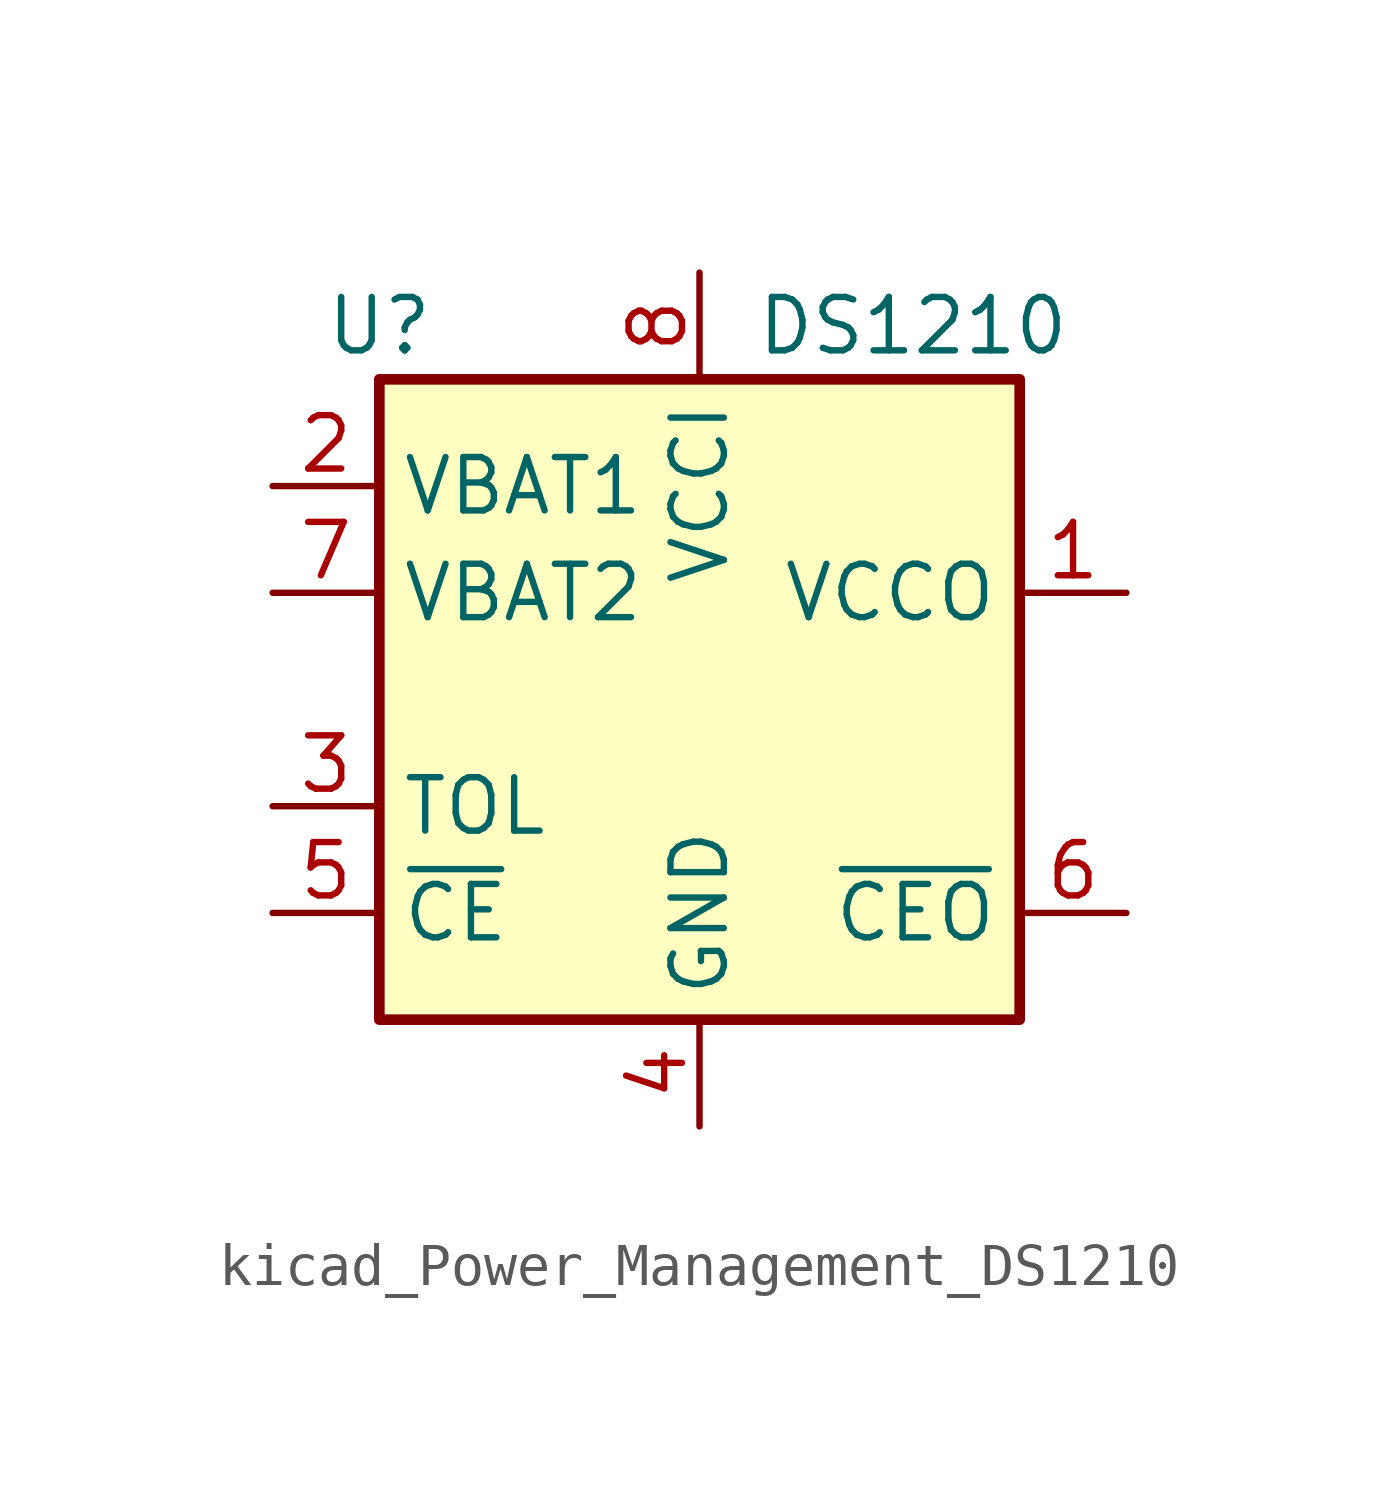
<source format=kicad_sym>
(kicad_symbol_lib
  (version 20220914)
  (generator kicad_symbol_editor)
  (symbol "kicad_Power_Management_DS1210"
    (property "Reference" "U"
      (at -7.62 8.89 0)
      (effects (font (size 1.27 1.27))))
    (property "Value" "DS1210"
      (at 5.08 8.89 0)
      (effects (font (size 1.27 1.27))))
    (symbol "kicad_Power_Management_DS1210_0_1"
      (rectangle (start -7.62 7.62) (end 7.62 -7.62) (stroke (width 0.254) (type default)) (fill (type background))))
    (symbol "kicad_Power_Management_DS1210_1_1"
      (pin power_out line (at 10.16 2.54 180) (length 2.54) (name "VCCO" (effects (font (size 1.27 1.27)))) (number "1" (effects (font (size 1.27 1.27)))))
      (pin power_in line (at -10.16 5.08 0) (length 2.54) (name "VBAT1" (effects (font (size 1.27 1.27)))) (number "2" (effects (font (size 1.27 1.27)))))
      (pin input line (at -10.16 -2.54 0) (length 2.54) (name "TOL" (effects (font (size 1.27 1.27)))) (number "3" (effects (font (size 1.27 1.27)))))
      (pin power_in line (at 0 -10.16 90) (length 2.54) (name "GND" (effects (font (size 1.27 1.27)))) (number "4" (effects (font (size 1.27 1.27)))))
      (pin input line (at -10.16 -5.08 0) (length 2.54) (name "~{CE}" (effects (font (size 1.27 1.27)))) (number "5" (effects (font (size 1.27 1.27)))))
      (pin output line (at 10.16 -5.08 180) (length 2.54) (name "~{CEO}" (effects (font (size 1.27 1.27)))) (number "6" (effects (font (size 1.27 1.27)))))
      (pin power_in line (at -10.16 2.54 0) (length 2.54) (name "VBAT2" (effects (font (size 1.27 1.27)))) (number "7" (effects (font (size 1.27 1.27)))))
      (pin power_in line (at 0 10.16 270) (length 2.54) (name "VCCI" (effects (font (size 1.27 1.27)))) (number "8" (effects (font (size 1.27 1.27))))))))
</source>
